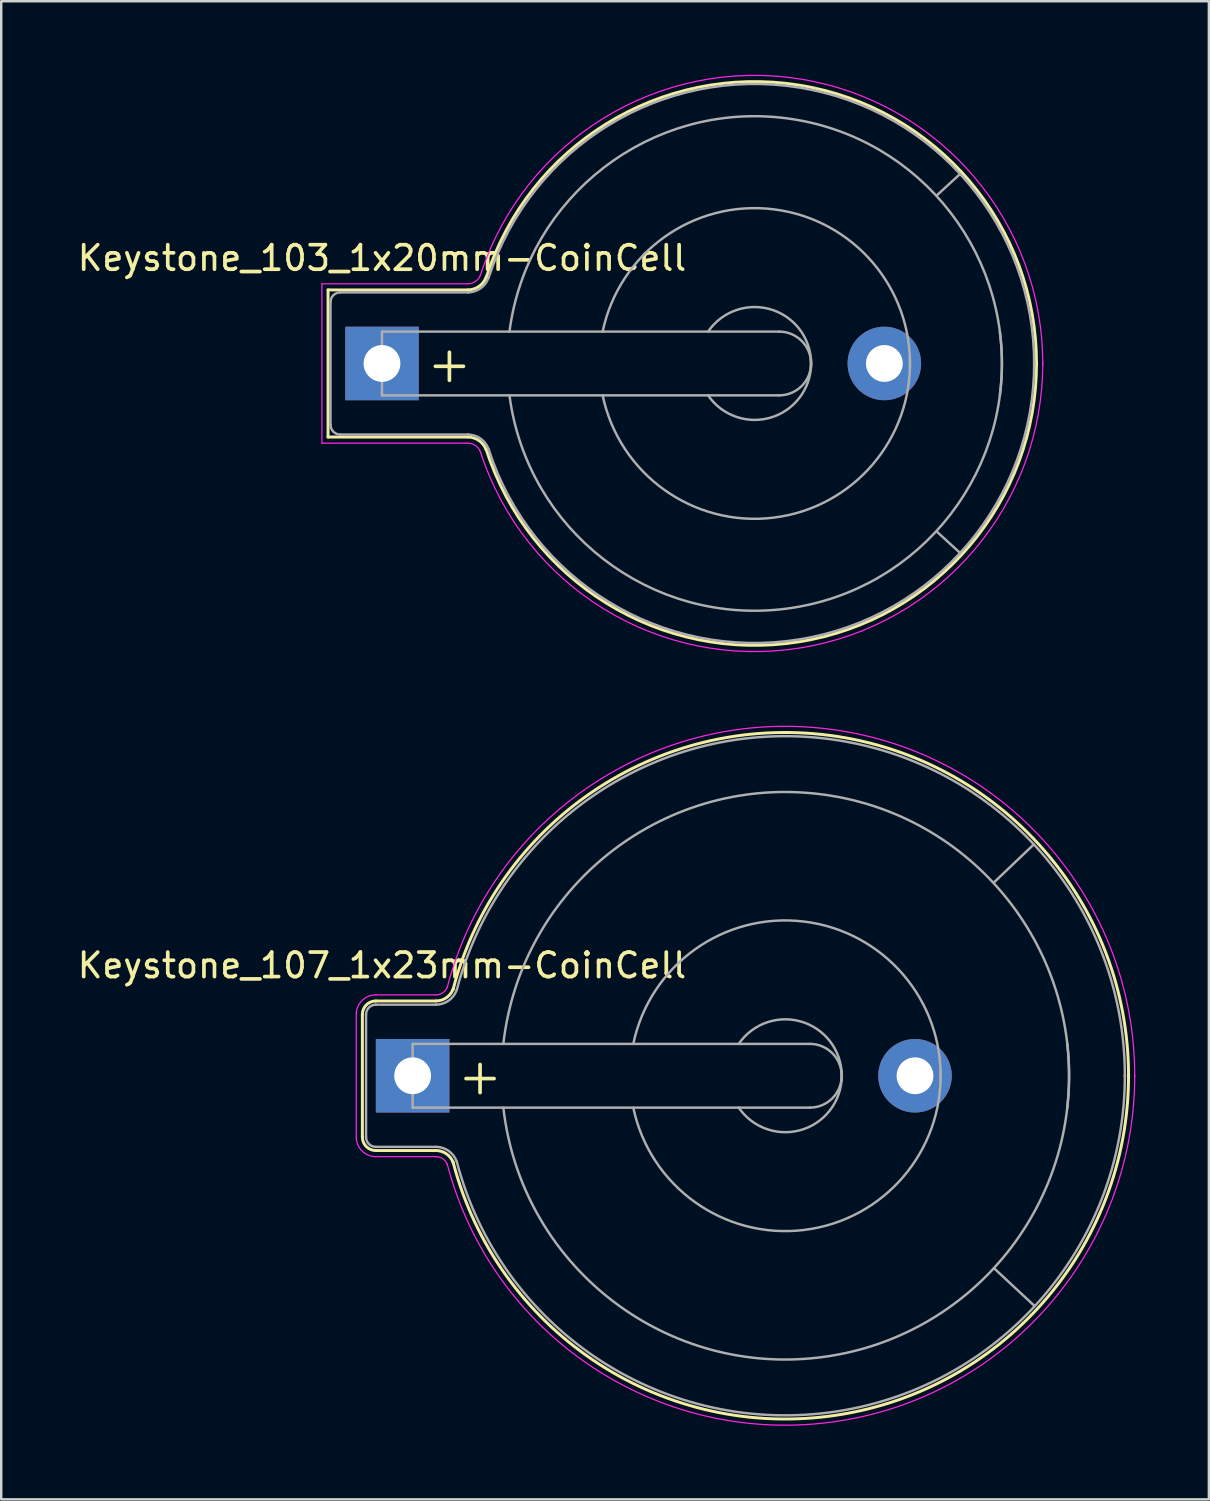
<source format=kicad_pcb>
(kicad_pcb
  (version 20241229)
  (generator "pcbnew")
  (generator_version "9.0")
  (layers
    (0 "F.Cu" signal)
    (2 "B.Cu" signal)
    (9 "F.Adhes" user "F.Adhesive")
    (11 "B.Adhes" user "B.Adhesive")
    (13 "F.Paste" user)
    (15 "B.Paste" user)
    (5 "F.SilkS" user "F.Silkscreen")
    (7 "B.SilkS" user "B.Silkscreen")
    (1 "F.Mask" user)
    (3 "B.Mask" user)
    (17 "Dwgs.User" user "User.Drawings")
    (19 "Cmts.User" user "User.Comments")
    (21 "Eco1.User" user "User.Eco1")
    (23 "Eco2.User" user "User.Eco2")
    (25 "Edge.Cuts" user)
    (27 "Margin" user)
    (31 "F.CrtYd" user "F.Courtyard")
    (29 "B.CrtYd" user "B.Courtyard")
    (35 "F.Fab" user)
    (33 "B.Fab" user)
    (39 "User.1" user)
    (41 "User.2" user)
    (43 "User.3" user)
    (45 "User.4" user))
  (footprint "Keystone_107_1x23mm-CoinCell"
    (layer "F.Cu")
    (at 13.78 40.827)
    (property "Reference" "Keystone_107_1x23mm-CoinCell" (at -1.25 -4.5 0) (layer "F.SilkS") (effects (font (size 1 1) (thickness 0.15))))
    (attr through_hole)
    (fp_line (start -2.05 -2.5) (end -2.05 2.5) (stroke (width 0.12) (type solid)) (layer "F.SilkS"))
    (fp_line (start -1.5 3.05) (end 0.95 3.05) (stroke (width 0.12) (type solid)) (layer "F.SilkS"))
    (fp_line (start 0.95 -3.05) (end -1.5 -3.05) (stroke (width 0.12) (type solid)) (layer "F.SilkS"))
    (fp_arc (start -2.05 -2.5) (mid -1.888909 -2.888909) (end -1.5 -3.05) (stroke (width 0.12) (type solid)) (layer "F.SilkS"))
    (fp_arc (start -1.5 3.05) (mid -1.888909 2.888909) (end -2.05 2.5) (stroke (width 0.12) (type solid)) (layer "F.SilkS"))
    (fp_arc (start 0.95 3.05) (mid 1.380182 3.185636) (end 1.654769 3.543485) (stroke (width 0.12) (type solid)) (layer "F.SilkS"))
    (fp_arc (start 1.65 -3.52) (mid 16.981862 -13.885887) (end 29.199738 0.015231) (stroke (width 0.12) (type solid)) (layer "F.SilkS"))
    (fp_arc (start 1.654769 -3.543485) (mid 1.380182 -3.185636) (end 0.95 -3.05) (stroke (width 0.12) (type solid)) (layer "F.SilkS"))
    (fp_arc (start 29.199738 -0.015231) (mid 16.981862 13.885887) (end 1.65 3.52) (stroke (width 0.12) (type solid)) (layer "F.SilkS"))
    (fp_line (start -2.3 -2.5) (end -2.3 2.5) (stroke (width 0.05) (type solid)) (layer "F.CrtYd"))
    (fp_line (start -1.5 3.3) (end 0.95 3.3) (stroke (width 0.05) (type solid)) (layer "F.CrtYd"))
    (fp_line (start 0.95 -3.3) (end -1.5 -3.3) (stroke (width 0.05) (type solid)) (layer "F.CrtYd"))
    (fp_arc (start -2.3 -2.5) (mid -2.065685 -3.065685) (end -1.5 -3.3) (stroke (width 0.05) (type solid)) (layer "F.CrtYd"))
    (fp_arc (start -1.5 3.3) (mid -2.065685 3.065685) (end -2.3 2.5) (stroke (width 0.05) (type solid)) (layer "F.CrtYd"))
    (fp_arc (start 0.95 3.3) (mid 1.236788 3.390424) (end 1.419846 3.62899) (stroke (width 0.05) (type solid)) (layer "F.CrtYd"))
    (fp_arc (start 1.41 -3.6) (mid 17.030934 -14.134065) (end 29.452124 0.032591) (stroke (width 0.05) (type solid)) (layer "F.CrtYd"))
    (fp_arc (start 1.419846 -3.62899) (mid 1.236788 -3.390424) (end 0.95 -3.3) (stroke (width 0.05) (type solid)) (layer "F.CrtYd"))
    (fp_arc (start 29.452124 -0.032591) (mid 17.030934 14.134065) (end 1.41 3.6) (stroke (width 0.05) (type solid)) (layer "F.CrtYd"))
    (fp_line (start -1.9 -2.5) (end -1.9 2.5) (stroke (width 0.1) (type solid)) (layer "F.Fab"))
    (fp_line (start -1.5 2.9) (end 0.95 2.9) (stroke (width 0.1) (type solid)) (layer "F.Fab"))
    (fp_line (start 0 -1.3) (end 0 1.3) (stroke (width 0.1) (type solid)) (layer "F.Fab"))
    (fp_line (start 0 1.3) (end 16.2 1.3) (stroke (width 0.1) (type solid)) (layer "F.Fab"))
    (fp_line (start 0.95 -2.9) (end -1.5 -2.9) (stroke (width 0.1) (type solid)) (layer "F.Fab"))
    (fp_line (start 16.2 -1.3) (end 0 -1.3) (stroke (width 0.1) (type solid)) (layer "F.Fab"))
    (fp_line (start 23.711 -7.887) (end 25.339 -9.439) (stroke (width 0.1) (type solid)) (layer "F.Fab"))
    (fp_line (start 23.724 7.861) (end 25.367 9.391) (stroke (width 0.1) (type solid)) (layer "F.Fab"))
    (fp_arc (start -1.9 -2.5) (mid -1.782843 -2.782843) (end -1.5 -2.9) (stroke (width 0.1) (type solid)) (layer "F.Fab"))
    (fp_arc (start -1.5 2.9) (mid -1.782843 2.782843) (end -1.9 2.5) (stroke (width 0.1) (type solid)) (layer "F.Fab"))
    (fp_arc (start 0.95 2.9) (mid 1.466219 3.062763) (end 1.795723 3.492182) (stroke (width 0.1) (type solid)) (layer "F.Fab"))
    (fp_arc (start 1.795723 -3.492182) (mid 1.466219 -3.062763) (end 0.95 -2.9) (stroke (width 0.1) (type solid)) (layer "F.Fab"))
    (fp_arc (start 1.8 -3.5) (mid 16.980951 -13.734563) (end 29.049508 0.033425) (stroke (width 0.1) (type solid)) (layer "F.Fab"))
    (fp_arc (start 3.7 -1.3) (mid 16.5 -11.5) (end 26.7 1.3) (stroke (width 0.1) (type solid)) (layer "F.Fab"))
    (fp_arc (start 9 -1.3) (mid 15.954687 -6.28971) (end 21.531551 0.203631) (stroke (width 0.1) (type solid)) (layer "F.Fab"))
    (fp_arc (start 13.3 -1.3) (mid 15.963947 -2.171724) (end 17.495448 0.175833) (stroke (width 0.1) (type solid)) (layer "F.Fab"))
    (fp_arc (start 16.2 -1.3) (mid 17.5 0) (end 16.2 1.3) (stroke (width 0.1) (type solid)) (layer "F.Fab"))
    (fp_arc (start 17.495448 -0.175833) (mid 15.963947 2.171724) (end 13.3 1.3) (stroke (width 0.1) (type solid)) (layer "F.Fab"))
    (fp_arc (start 21.531551 -0.203631) (mid 15.954687 6.28971) (end 9 1.3) (stroke (width 0.1) (type solid)) (layer "F.Fab"))
    (fp_arc (start 26.7 -1.3) (mid 16.5 11.5) (end 3.7 1.3) (stroke (width 0.1) (type solid)) (layer "F.Fab"))
    (fp_arc (start 29.049508 -0.033425) (mid 16.980951 13.734562) (end 1.8 3.5) (stroke (width 0.1) (type solid)) (layer "F.Fab"))
    (fp_text user "+" (at 2.75 0 0) (layer "F.SilkS") (effects (font (size 1.5 1.5) (thickness 0.15))))
    (pad "1" thru_hole rect (at 0 0) (size 3 3) (drill 1.5) (layers "*.Cu" "*.Mask"))
    (pad "2" thru_hole circle (at 20.49 0) (size 3 3) (drill 1.5) (layers "*.Cu" "*.Mask")))
  (footprint "Keystone_103_1x20mm-CoinCell"
    (layer "F.Cu")
    (at 12.53 11.775)
    (property "Reference" "Keystone_103_1x20mm-CoinCell" (at 0 -4.3 0) (layer "F.SilkS") (effects (font (size 1 1) (thickness 0.15))))
    (attr through_hole)
    (fp_line (start -2.2 -3) (end 3.5 -3) (stroke (width 0.12) (type solid)) (layer "F.SilkS"))
    (fp_line (start -2.2 3) (end -2.2 -3) (stroke (width 0.12) (type solid)) (layer "F.SilkS"))
    (fp_line (start -2.2 3) (end 3.5 3) (stroke (width 0.12) (type solid)) (layer "F.SilkS"))
    (fp_arc (start 3.5 3) (mid 3.958861 3.144678) (end 4.251754 3.526384) (stroke (width 0.12) (type solid)) (layer "F.SilkS"))
    (fp_arc (start 4.25 -3.5) (mid 16.993514 -11.35499) (end 26.695671 0.045281) (stroke (width 0.12) (type solid)) (layer "F.SilkS"))
    (fp_arc (start 4.251754 -3.526384) (mid 3.958861 -3.144678) (end 3.5 -3) (stroke (width 0.12) (type solid)) (layer "F.SilkS"))
    (fp_arc (start 26.695671 -0.045281) (mid 16.993514 11.35499) (end 4.25 3.5) (stroke (width 0.12) (type solid)) (layer "F.SilkS"))
    (fp_line (start -2.45 -3.25) (end 3.5 -3.25) (stroke (width 0.05) (type solid)) (layer "F.CrtYd"))
    (fp_line (start -2.45 3.25) (end -2.45 -3.25) (stroke (width 0.05) (type solid)) (layer "F.CrtYd"))
    (fp_line (start -2.45 3.25) (end 3.5 3.25) (stroke (width 0.05) (type solid)) (layer "F.CrtYd"))
    (fp_arc (start 3.5 3.25) (mid 3.815467 3.349466) (end 4.016831 3.611889) (stroke (width 0.05) (type solid)) (layer "F.CrtYd"))
    (fp_arc (start 4.015 -3.6) (mid 17.056602 -11.602468) (end 26.949865 0.069987) (stroke (width 0.05) (type solid)) (layer "F.CrtYd"))
    (fp_arc (start 4.016831 -3.611889) (mid 3.815467 -3.349466) (end 3.5 -3.25) (stroke (width 0.05) (type solid)) (layer "F.CrtYd"))
    (fp_arc (start 26.949865 -0.069987) (mid 17.056602 11.602468) (end 4.015 3.6) (stroke (width 0.05) (type solid)) (layer "F.CrtYd"))
    (fp_line (start -2.1 -2.5) (end -2.1 2.5) (stroke (width 0.1) (type solid)) (layer "F.Fab"))
    (fp_line (start -1.7 2.9) (end 3.531 2.9) (stroke (width 0.1) (type solid)) (layer "F.Fab"))
    (fp_line (start 0 -1.3) (end 0 1.3) (stroke (width 0.1) (type solid)) (layer "F.Fab"))
    (fp_line (start 0 1.3) (end 16.2 1.3) (stroke (width 0.1) (type solid)) (layer "F.Fab"))
    (fp_line (start 3.531 -2.9) (end -1.7 -2.9) (stroke (width 0.1) (type solid)) (layer "F.Fab"))
    (fp_line (start 16.2 -1.3) (end 0 -1.3) (stroke (width 0.1) (type solid)) (layer "F.Fab"))
    (fp_line (start 23.571 -7.722) (end 22.631 -6.858) (stroke (width 0.1) (type solid)) (layer "F.Fab"))
    (fp_line (start 23.571 7.722) (end 22.657 6.883) (stroke (width 0.1) (type solid)) (layer "F.Fab"))
    (fp_arc (start -2.1 -2.5) (mid -1.982843 -2.782843) (end -1.7 -2.9) (stroke (width 0.1) (type solid)) (layer "F.Fab"))
    (fp_arc (start -1.7 2.9) (mid -1.982843 2.782843) (end -2.1 2.5) (stroke (width 0.1) (type solid)) (layer "F.Fab"))
    (fp_arc (start 3.5 2.9) (mid 4.016219 3.062763) (end 4.345723 3.492182) (stroke (width 0.1) (type solid)) (layer "F.Fab"))
    (fp_arc (start 4.345723 -3.492182) (mid 4.016219 -3.062763) (end 3.5 -2.9) (stroke (width 0.1) (type solid)) (layer "F.Fab"))
    (fp_arc (start 4.35 -3.5) (mid 17.008726 -11.256154) (end 26.600299 0.075351) (stroke (width 0.1) (type solid)) (layer "F.Fab"))
    (fp_arc (start 5.2 -1.3) (mid 16.5 -10) (end 25.2 1.3) (stroke (width 0.1) (type solid)) (layer "F.Fab"))
    (fp_arc (start 9 -1.3) (mid 15.954687 -6.28971) (end 21.531551 0.203631) (stroke (width 0.1) (type solid)) (layer "F.Fab"))
    (fp_arc (start 13.3 -1.3) (mid 15.963947 -2.171724) (end 17.495448 0.175833) (stroke (width 0.1) (type solid)) (layer "F.Fab"))
    (fp_arc (start 16.2 -1.3) (mid 17.5 0) (end 16.2 1.3) (stroke (width 0.1) (type solid)) (layer "F.Fab"))
    (fp_arc (start 17.495448 -0.175833) (mid 15.963947 2.171724) (end 13.3 1.3) (stroke (width 0.1) (type solid)) (layer "F.Fab"))
    (fp_arc (start 21.531551 -0.203631) (mid 15.954687 6.28971) (end 9 1.3) (stroke (width 0.1) (type solid)) (layer "F.Fab"))
    (fp_arc (start 25.2 -1.3) (mid 16.5 10) (end 5.2 1.3) (stroke (width 0.1) (type solid)) (layer "F.Fab"))
    (fp_arc (start 26.600299 -0.075351) (mid 17.008726 11.256154) (end 4.35 3.5) (stroke (width 0.1) (type solid)) (layer "F.Fab"))
    (fp_text user "+" (at 2.75 0 0) (layer "F.SilkS") (effects (font (size 1.5 1.5) (thickness 0.15))))
    (pad "1" thru_hole rect (at 0 0) (size 3 3) (drill 1.5) (layers "*.Cu" "*.Mask"))
    (pad "2" thru_hole circle (at 20.49 0) (size 3 3) (drill 1.5) (layers "*.Cu" "*.Mask")))
  (gr_rect
    (start -3 -3)
    (end 46.257 58.104)
    (stroke (width 0.1) (type default))
    (fill no)
    (layer "Edge.Cuts")))
</source>
